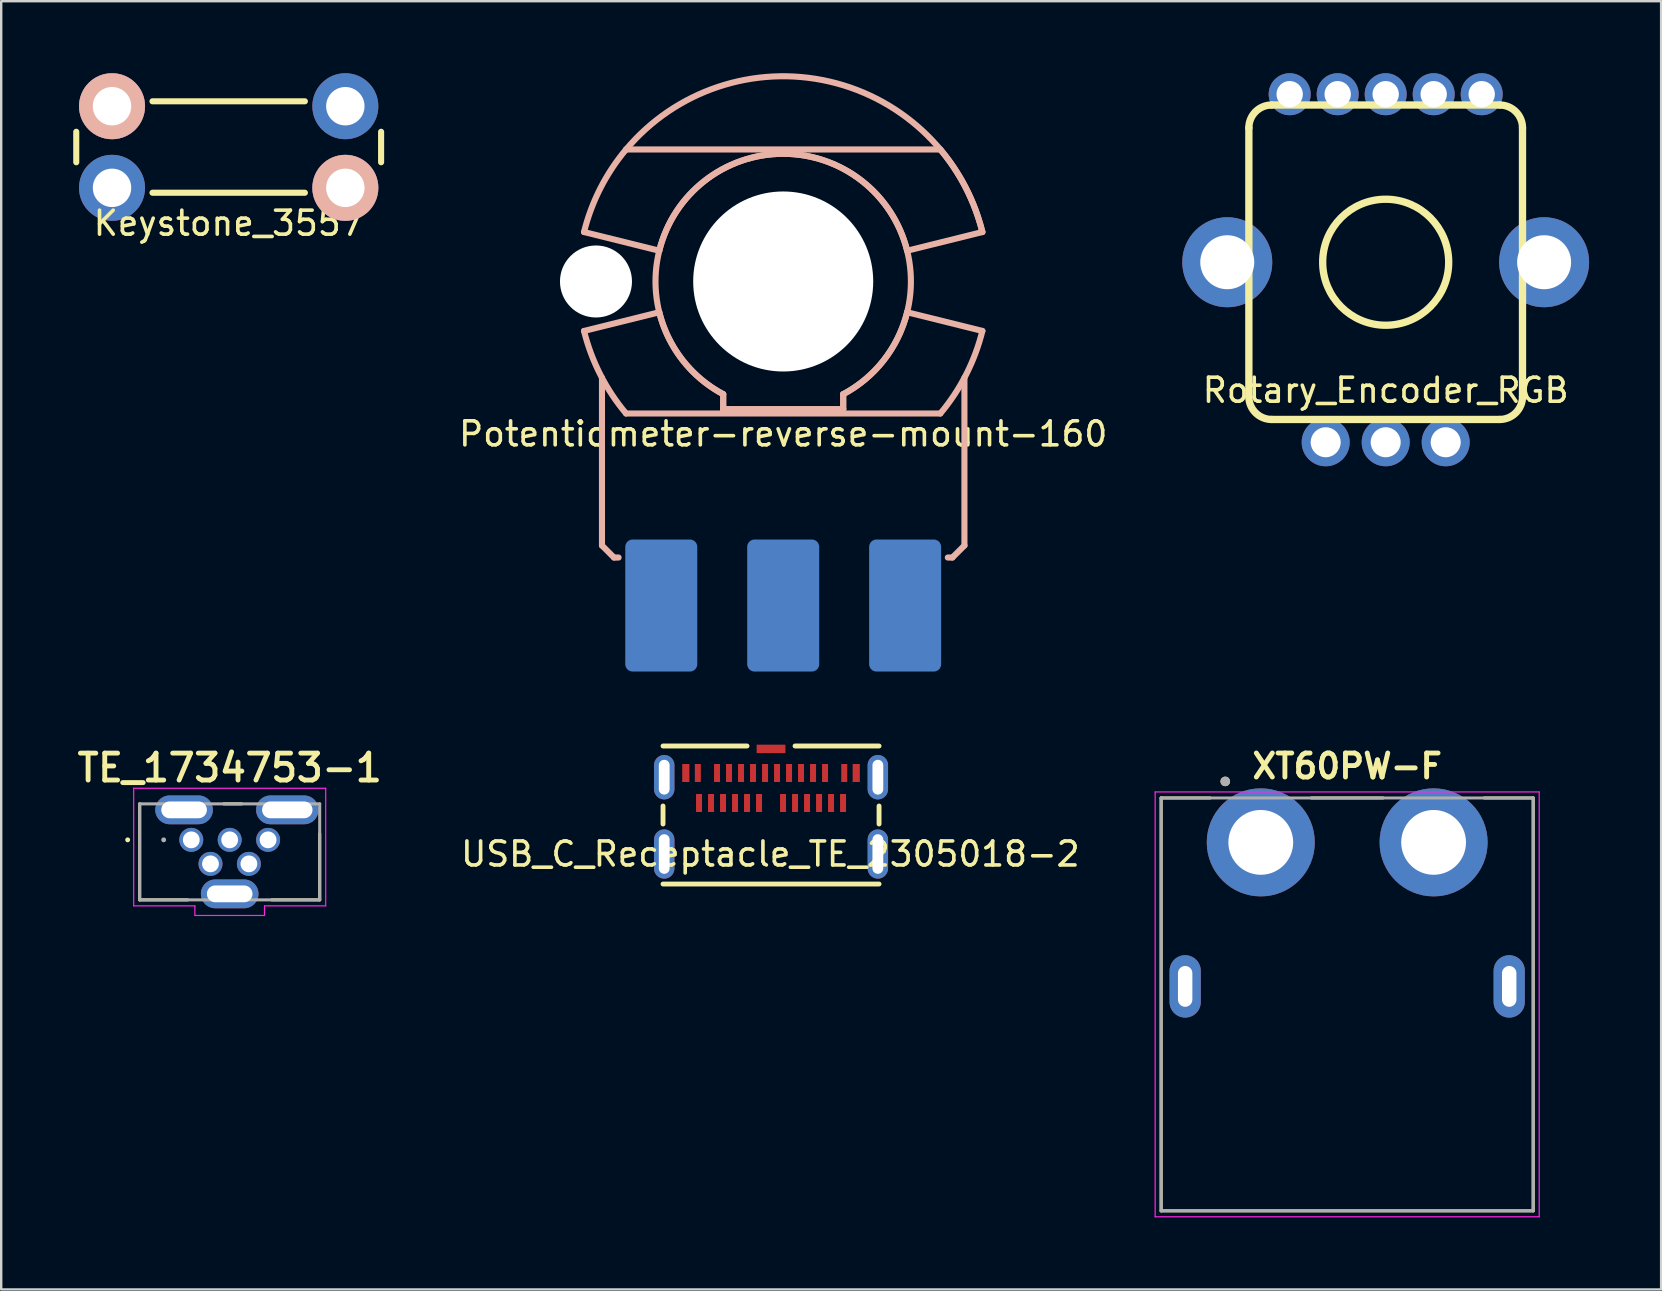
<source format=kicad_pcb>
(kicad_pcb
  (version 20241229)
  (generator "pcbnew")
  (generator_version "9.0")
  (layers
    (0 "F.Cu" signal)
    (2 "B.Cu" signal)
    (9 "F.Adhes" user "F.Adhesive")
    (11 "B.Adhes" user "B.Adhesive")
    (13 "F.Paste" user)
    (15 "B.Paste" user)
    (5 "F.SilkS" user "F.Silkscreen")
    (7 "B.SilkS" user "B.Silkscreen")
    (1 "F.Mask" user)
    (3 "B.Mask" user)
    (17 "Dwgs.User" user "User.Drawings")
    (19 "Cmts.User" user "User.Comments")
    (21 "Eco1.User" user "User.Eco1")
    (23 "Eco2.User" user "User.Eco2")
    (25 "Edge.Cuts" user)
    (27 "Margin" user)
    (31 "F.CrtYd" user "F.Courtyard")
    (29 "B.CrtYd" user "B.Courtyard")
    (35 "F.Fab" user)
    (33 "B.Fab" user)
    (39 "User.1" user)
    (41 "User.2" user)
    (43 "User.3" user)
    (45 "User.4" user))
  (footprint "USB_C_Receptacle_TE_2305018-2"
    (layer "F.Cu")
    (at 29.072 32.529)
    (property "Reference" "USB_C_Receptacle_TE_2305018-2" (at -0.028 0 0) (layer "F.SilkS") (effects (font (size 1 1) (thickness 0.15))))
    (attr through_hole)
    (fp_line (start -4.5 -4.5) (end -1 -4.5) (stroke (width 0.203) (type solid)) (layer "F.SilkS"))
    (fp_line (start -4.5 -1.25) (end -4.5 -2) (stroke (width 0.203) (type solid)) (layer "F.SilkS"))
    (fp_line (start 1 -4.5) (end 4.5 -4.5) (stroke (width 0.203) (type solid)) (layer "F.SilkS"))
    (fp_line (start 4.5 -1.25) (end 4.5 -2) (stroke (width 0.203) (type solid)) (layer "F.SilkS"))
    (fp_line (start 4.5 1.25) (end -4.5 1.25) (stroke (width 0.203) (type solid)) (layer "F.SilkS"))
    (pad "A1" smd rect (at -3.05 -3.375) (size 0.25 0.75) (layers "F.Cu" "F.Mask" "F.Paste"))
    (pad "A2" smd rect (at -2.25 -3.375) (size 0.25 0.75) (layers "F.Cu" "F.Mask" "F.Paste"))
    (pad "A3" smd rect (at -1.75 -3.375) (size 0.25 0.75) (layers "F.Cu" "F.Mask" "F.Paste"))
    (pad "A4" smd rect (at -1.25 -3.375) (size 0.25 0.75) (layers "F.Cu" "F.Mask" "F.Paste"))
    (pad "A5" smd rect (at -0.75 -3.375) (size 0.25 0.75) (layers "F.Cu" "F.Mask" "F.Paste"))
    (pad "A6" smd rect (at -0.25 -3.375) (size 0.25 0.75) (layers "F.Cu" "F.Mask" "F.Paste"))
    (pad "A7" smd rect (at 0.25 -3.375) (size 0.25 0.75) (layers "F.Cu" "F.Mask" "F.Paste"))
    (pad "A8" smd rect (at 0.75 -3.375) (size 0.25 0.75) (layers "F.Cu" "F.Mask" "F.Paste"))
    (pad "A9" smd rect (at 1.25 -3.375) (size 0.25 0.75) (layers "F.Cu" "F.Mask" "F.Paste"))
    (pad "A10" smd rect (at 1.75 -3.375) (size 0.25 0.75) (layers "F.Cu" "F.Mask" "F.Paste"))
    (pad "A11" smd rect (at 2.25 -3.375) (size 0.25 0.75) (layers "F.Cu" "F.Mask" "F.Paste"))
    (pad "A12" smd rect (at 3.05 -3.375) (size 0.25 0.75) (layers "F.Cu" "F.Mask" "F.Paste"))
    (pad "B1" smd rect (at 3 -2.125) (size 0.25 0.75) (layers "F.Cu" "F.Mask" "F.Paste"))
    (pad "B2" smd rect (at 2.5 -2.125) (size 0.25 0.75) (layers "F.Cu" "F.Mask" "F.Paste"))
    (pad "B3" smd rect (at 2 -2.125) (size 0.25 0.75) (layers "F.Cu" "F.Mask" "F.Paste"))
    (pad "B4" smd rect (at 1.5 -2.125) (size 0.25 0.75) (layers "F.Cu" "F.Mask" "F.Paste"))
    (pad "B5" smd rect (at 1 -2.125) (size 0.25 0.75) (layers "F.Cu" "F.Mask" "F.Paste"))
    (pad "B6" smd rect (at 0.5 -2.125) (size 0.25 0.75) (layers "F.Cu" "F.Mask" "F.Paste"))
    (pad "B7" smd rect (at -0.5 -2.125) (size 0.25 0.75) (layers "F.Cu" "F.Mask" "F.Paste"))
    (pad "B8" smd rect (at -1 -2.125) (size 0.25 0.75) (layers "F.Cu" "F.Mask" "F.Paste"))
    (pad "B9" smd rect (at -1.5 -2.125) (size 0.25 0.75) (layers "F.Cu" "F.Mask" "F.Paste"))
    (pad "B10" smd rect (at -2 -2.125) (size 0.25 0.75) (layers "F.Cu" "F.Mask" "F.Paste"))
    (pad "B11" smd rect (at -2.5 -2.125) (size 0.25 0.75) (layers "F.Cu" "F.Mask" "F.Paste"))
    (pad "B12" smd rect (at -3 -2.125) (size 0.25 0.75) (layers "F.Cu" "F.Mask" "F.Paste"))
    (pad "S1" thru_hole oval (at -4.45 -3.2) (size 0.85 1.85) (drill oval 0.45 1.45) (layers "*.Cu" "*.Mask"))
    (pad "S1" thru_hole oval (at -4.45 0) (size 0.85 2.05) (drill oval 0.45 1.65) (layers "*.Cu" "*.Mask"))
    (pad "S1" smd rect (at -3.55 -3.375) (size 0.3 0.75) (layers "F.Cu" "F.Mask" "F.Paste"))
    (pad "S1" smd rect (at 0 -4.38) (size 1.2 0.35) (layers "F.Cu" "F.Mask" "F.Paste"))
    (pad "S1" smd rect (at 3.55 -3.375) (size 0.3 0.75) (layers "F.Cu" "F.Mask" "F.Paste"))
    (pad "S1" thru_hole oval (at 4.45 -3.2) (size 0.85 1.85) (drill oval 0.45 1.45) (layers "*.Cu" "*.Mask"))
    (pad "S1" thru_hole oval (at 4.45 0) (size 0.85 2.05) (drill oval 0.45 1.65) (layers "*.Cu" "*.Mask")))
  (footprint "Rotary_Encoder_RGB"
    (layer "F.Cu")
    (at 54.679 7.875)
    (property "Reference" "Rotary_Encoder_RGB" (at 0 5.334 0) (layer "F.SilkS") (effects (font (size 1 1) (thickness 0.15))))
    (attr through_hole)
    (fp_line (start -5.7 -5.6) (end -5.7 5.6) (stroke (width 0.305) (type solid)) (layer "F.SilkS"))
    (fp_line (start -4.75 6.55) (end 4.75 6.55) (stroke (width 0.305) (type solid)) (layer "F.SilkS"))
    (fp_line (start 4.75 -6.55) (end -4.75 -6.55) (stroke (width 0.305) (type solid)) (layer "F.SilkS"))
    (fp_line (start 5.7 5.6) (end 5.7 -5.6) (stroke (width 0.305) (type solid)) (layer "F.SilkS"))
    (fp_arc (start -5.7 -5.6) (mid -5.421751 -6.271751) (end -4.75 -6.55) (stroke (width 0.304799) (type solid)) (layer "F.SilkS"))
    (fp_arc (start -4.750001 6.55) (mid -5.421752 6.271751) (end -5.7 5.599999) (stroke (width 0.304799) (type solid)) (layer "F.SilkS"))
    (fp_arc (start 4.749999 -6.549999) (mid 5.42175 -6.27175) (end 5.699999 -5.599999) (stroke (width 0.304799) (type solid)) (layer "F.SilkS"))
    (fp_arc (start 5.7 5.600001) (mid 5.421751 6.271752) (end 4.749999 6.55) (stroke (width 0.304799) (type solid)) (layer "F.SilkS"))
    (fp_circle (center 0 0) (end 2.625 0) (stroke (width 0.305) (type solid)) (fill no) (layer "F.SilkS"))
    (pad "1" thru_hole circle (at -4 -7) (size 1.75 1.75) (drill 1.1) (layers "*.Cu" "*.Mask"))
    (pad "2" thru_hole circle (at -2 -7) (size 1.75 1.75) (drill 1.1) (layers "*.Cu" "*.Mask"))
    (pad "3" thru_hole circle (at 0 -7) (size 1.75 1.75) (drill 1.1) (layers "*.Cu" "*.Mask"))
    (pad "4" thru_hole circle (at 2 -7) (size 1.75 1.75) (drill 1.1) (layers "*.Cu" "*.Mask"))
    (pad "5" thru_hole circle (at 4 -7) (size 1.75 1.75) (drill 1.1) (layers "*.Cu" "*.Mask"))
    (pad "A" thru_hole circle (at -2.5 7.5) (size 2 2) (drill 1.25) (layers "*.Cu" "*.Mask"))
    (pad "B" thru_hole circle (at 2.5 7.5) (size 2 2) (drill 1.25) (layers "*.Cu" "*.Mask"))
    (pad "C" thru_hole circle (at 0 7.5) (size 2 2) (drill 1.25) (layers "*.Cu" "*.Mask"))
    (pad "M" thru_hole circle (at -6.6 0) (size 3.75 3.75) (drill 2.25) (layers "*.Cu" "*.Mask"))
    (pad "M" thru_hole circle (at 6.6 0) (size 3.75 3.75) (drill 2.25) (layers "*.Cu" "*.Mask")))
  (footprint "TE_1734753-1"
    (layer "F.Cu")
    (at 6.519 32.439)
    (property "Reference" "TE_1734753-1" (at 0 -3.5 0) (layer "F.SilkS") (effects (font (size 1.121 1.121) (thickness 0.203))))
    (attr through_hole)
    (fp_line (start -3.75 2) (end -3.75 -2) (stroke (width 0.127) (type solid)) (layer "F.SilkS"))
    (fp_line (start -1.75 2) (end -3.75 2) (stroke (width 0.127) (type solid)) (layer "F.SilkS"))
    (fp_line (start 0.5 -2) (end -0.25 -2) (stroke (width 0.127) (type solid)) (layer "F.SilkS"))
    (fp_line (start 3.75 2) (end 1.75 2) (stroke (width 0.127) (type solid)) (layer "F.SilkS"))
    (fp_line (start 3.75 2) (end 3.75 -0.75) (stroke (width 0.127) (type solid)) (layer "F.SilkS"))
    (fp_circle (center -4.25 -0.5) (end -4.199 -0.5) (stroke (width 0.102) (type solid)) (fill no) (layer "F.SilkS"))
    (fp_line (start -4 -2.65) (end -4 2.25) (stroke (width 0.05) (type solid)) (layer "F.CrtYd"))
    (fp_line (start -4 2.25) (end -1.45 2.25) (stroke (width 0.05) (type solid)) (layer "F.CrtYd"))
    (fp_line (start -1.45 2.25) (end -1.45 2.65) (stroke (width 0.05) (type solid)) (layer "F.CrtYd"))
    (fp_line (start -1.45 2.65) (end 1.45 2.65) (stroke (width 0.05) (type solid)) (layer "F.CrtYd"))
    (fp_line (start 1.45 2.25) (end 4 2.25) (stroke (width 0.05) (type solid)) (layer "F.CrtYd"))
    (fp_line (start 1.45 2.65) (end 1.45 2.25) (stroke (width 0.05) (type solid)) (layer "F.CrtYd"))
    (fp_line (start 4 -2.65) (end -4 -2.65) (stroke (width 0.05) (type solid)) (layer "F.CrtYd"))
    (fp_line (start 4 2.25) (end 4 -2.65) (stroke (width 0.05) (type solid)) (layer "F.CrtYd"))
    (fp_line (start -3.75 -2) (end 3.75 -2) (stroke (width 0.127) (type solid)) (layer "F.Fab"))
    (fp_line (start -3.75 2) (end -3.75 -2) (stroke (width 0.127) (type solid)) (layer "F.Fab"))
    (fp_line (start 3.75 -2) (end 3.75 2) (stroke (width 0.127) (type solid)) (layer "F.Fab"))
    (fp_line (start 3.75 2) (end -3.75 2) (stroke (width 0.127) (type solid)) (layer "F.Fab"))
    (fp_circle (center -2.75 -0.5) (end -2.699 -0.5) (stroke (width 0.102) (type solid)) (fill no) (layer "F.Fab"))
    (pad "1" thru_hole circle (at -1.6 -0.5) (size 1 1) (drill 0.7) (layers "*.Cu" "*.Mask"))
    (pad "2" thru_hole circle (at -0.8 0.5) (size 1 1) (drill 0.7) (layers "*.Cu" "*.Mask"))
    (pad "3" thru_hole circle (at 0 -0.5) (size 1 1) (drill 0.7) (layers "*.Cu" "*.Mask"))
    (pad "4" thru_hole circle (at 0.8 0.5) (size 1 1) (drill 0.7) (layers "*.Cu" "*.Mask"))
    (pad "5" thru_hole circle (at 1.6 -0.5) (size 1 1) (drill 0.7) (layers "*.Cu" "*.Mask"))
    (pad "6" thru_hole oval (at -1.9 -1.75) (size 2.4 1.2) (drill oval 1.9 0.7) (layers "*.Cu" "*.Mask"))
    (pad "6" thru_hole oval (at 0 1.75) (size 2.4 1.2) (drill oval 1.9 0.7) (layers "*.Cu" "*.Mask"))
    (pad "6" thru_hole oval (at 2.4 -1.75) (size 2.6 1.2) (drill oval 2.1 0.7) (layers "*.Cu" "*.Mask")))
  (footprint "XT60PW-F"
    (layer "F.Cu")
    (at 53.075 32.044)
    (property "Reference" "XT60PW-F" (at 0 -3.175 0) (layer "F.SilkS") (effects (font (size 1 1) (thickness 0.203))))
    (attr through_hole)
    (fp_line (start -7.75 -1.85) (end -5.71 -1.85) (stroke (width 0.127) (type solid)) (layer "F.SilkS"))
    (fp_line (start -7.75 15.35) (end -7.75 -1.85) (stroke (width 0.127) (type solid)) (layer "F.SilkS"))
    (fp_line (start -1.49 -1.85) (end 1.49 -1.85) (stroke (width 0.127) (type solid)) (layer "F.SilkS"))
    (fp_line (start 5.71 -1.85) (end 7.75 -1.85) (stroke (width 0.127) (type solid)) (layer "F.SilkS"))
    (fp_line (start 7.75 -1.85) (end 7.75 15.35) (stroke (width 0.127) (type solid)) (layer "F.SilkS"))
    (fp_line (start 7.75 15.35) (end -7.75 15.35) (stroke (width 0.127) (type solid)) (layer "F.SilkS"))
    (fp_circle (center -5.08 -2.54) (end -4.98 -2.54) (stroke (width 0.2) (type solid)) (fill no) (layer "F.SilkS"))
    (fp_line (start -8 -2.1) (end 8 -2.1) (stroke (width 0.05) (type solid)) (layer "F.CrtYd"))
    (fp_line (start -8 15.6) (end -8 -2.1) (stroke (width 0.05) (type solid)) (layer "F.CrtYd"))
    (fp_line (start 8 -2.1) (end 8 15.6) (stroke (width 0.05) (type solid)) (layer "F.CrtYd"))
    (fp_line (start 8 15.6) (end -8 15.6) (stroke (width 0.05) (type solid)) (layer "F.CrtYd"))
    (fp_line (start -7.75 -1.85) (end 7.75 -1.85) (stroke (width 0.127) (type solid)) (layer "F.Fab"))
    (fp_line (start -7.75 15.35) (end -7.75 -1.85) (stroke (width 0.127) (type solid)) (layer "F.Fab"))
    (fp_line (start 7.75 -1.85) (end 7.75 15.35) (stroke (width 0.127) (type solid)) (layer "F.Fab"))
    (fp_line (start 7.75 15.35) (end -7.75 15.35) (stroke (width 0.127) (type solid)) (layer "F.Fab"))
    (fp_circle (center -5.08 -2.54) (end -4.98 -2.54) (stroke (width 0.2) (type solid)) (fill no) (layer "F.Fab"))
    (pad "+" thru_hole circle (at 3.6 0) (size 4.5 4.5) (drill 2.7) (layers "*.Cu" "*.Mask"))
    (pad "-" thru_hole circle (at -3.6 0) (size 4.5 4.5) (drill 2.7) (layers "*.Cu" "*.Mask"))
    (pad "S1" thru_hole oval (at -6.75 6) (size 1.3 2.6) (drill oval 0.6 1.7) (layers "*.Cu" "*.Mask"))
    (pad "S2" thru_hole oval (at 6.75 6) (size 1.3 2.6) (drill oval 0.6 1.7) (layers "*.Cu" "*.Mask")))
  (footprint "Keystone_3557"
    (layer "F.Cu")
    (at 6.477 3.075)
    (property "Reference" "Keystone_3557" (at 0 3.175 0) (layer "F.SilkS") (effects (font (size 1 1) (thickness 0.15))))
    (attr through_hole)
    (fp_line (start -6.35 -0.635) (end -6.35 0.635) (stroke (width 0.254) (type solid)) (layer "F.SilkS"))
    (fp_line (start -3.175 -1.905) (end 3.175 -1.905) (stroke (width 0.254) (type solid)) (layer "F.SilkS"))
    (fp_line (start 3.175 1.905) (end -3.175 1.905) (stroke (width 0.254) (type solid)) (layer "F.SilkS"))
    (fp_line (start 6.35 -0.635) (end 6.35 0.635) (stroke (width 0.254) (type solid)) (layer "F.SilkS"))
    (pad "1" thru_hole circle (at -4.86 -1.7) (size 2.75 2.75) (drill 1.6) (layers "*.Cu" "*.Mask" "B.SilkS"))
    (pad "1" thru_hole circle (at -4.86 1.7) (size 2.75 2.75) (drill 1.6) (layers "*.Cu" "*.Mask"))
    (pad "2" thru_hole circle (at 4.86 -1.7 180) (size 2.75 2.75) (drill 1.6) (layers "*.Cu" "*.Mask"))
    (pad "2" thru_hole circle (at 4.86 1.7 180) (size 2.75 2.75) (drill 1.6) (layers "*.Cu" "*.Mask" "B.SilkS")))
  (footprint "Potentiometer-reverse-mount-160"
    (layer "F.Cu")
    (at 29.579 8.677)
    (property "Reference" "Potentiometer-reverse-mount-160" (at 0 6.35 0) (layer "F.SilkS") (effects (font (size 1 1) (thickness 0.15))))
    (attr through_hole)
    (fp_line (start -8.298 -2.06) (end -5.163 -1.282) (stroke (width 0.254) (type solid)) (layer "B.SilkS"))
    (fp_line (start -7.55 4.012) (end -7.55 11) (stroke (width 0.254) (type solid)) (layer "B.SilkS"))
    (fp_line (start -7.55 11) (end -7.05 11.5) (stroke (width 0.254) (type solid)) (layer "B.SilkS"))
    (fp_line (start -7.05 11.5) (end -6.858 11.5) (stroke (width 0.254) (type solid)) (layer "B.SilkS"))
    (fp_line (start -6.546 5.5) (end 6.546 5.5) (stroke (width 0.254) (type solid)) (layer "B.SilkS"))
    (fp_line (start -5.163 1.282) (end -8.298 2.06) (stroke (width 0.254) (type solid)) (layer "B.SilkS"))
    (fp_line (start -2.5 5.32) (end -2.5 4.696) (stroke (width 0.254) (type solid)) (layer "B.SilkS"))
    (fp_line (start -2.5 5.32) (end 2.5 5.32) (stroke (width 0.254) (type solid)) (layer "B.SilkS"))
    (fp_line (start -2.5 4.696) (end -2.5 5.32) (stroke (width 0.254) (type solid)) (layer "B.SilkS"))
    (fp_line (start 2.5 4.696) (end 2.5 5.32) (stroke (width 0.254) (type solid)) (layer "B.SilkS"))
    (fp_line (start 2.5 5.32) (end -2.5 5.32) (stroke (width 0.254) (type solid)) (layer "B.SilkS"))
    (fp_line (start 2.5 5.32) (end 2.5 4.696) (stroke (width 0.254) (type solid)) (layer "B.SilkS"))
    (fp_line (start 5.163 -1.282) (end 8.298 -2.06) (stroke (width 0.254) (type solid)) (layer "B.SilkS"))
    (fp_line (start 6.546 -5.5) (end -6.546 -5.5) (stroke (width 0.254) (type solid)) (layer "B.SilkS"))
    (fp_line (start 6.858 11.5) (end 7.05 11.5) (stroke (width 0.254) (type solid)) (layer "B.SilkS"))
    (fp_line (start 7.05 11.5) (end 7.55 11) (stroke (width 0.254) (type solid)) (layer "B.SilkS"))
    (fp_line (start 7.55 11) (end 7.55 4.012) (stroke (width 0.254) (type solid)) (layer "B.SilkS"))
    (fp_line (start 8.298 2.06) (end 5.163 1.282) (stroke (width 0.254) (type solid)) (layer "B.SilkS"))
    (fp_arc (start -8.298126 -2.059999) (mid -7.618843 -3.88017) (end -6.546182 -5.499999) (stroke (width 0.254) (type solid)) (layer "B.SilkS"))
    (fp_arc (start -6.546182 -5.499999) (mid 1.930214 -8.329271) (end 8.298126 -2.06) (stroke (width 0.254) (type solid)) (layer "B.SilkS"))
    (fp_arc (start -6.546182 5.5) (mid -7.618843 3.880171) (end -8.298126 2.06) (stroke (width 0.254) (type solid)) (layer "B.SilkS"))
    (fp_arc (start -5.163278 -1.281777) (mid 0 -5.319999) (end 5.163278 -1.281778) (stroke (width 0.254) (type solid)) (layer "B.SilkS"))
    (fp_arc (start -2.5 4.695998) (mid -4.194721 3.272112) (end -5.163278 1.281778) (stroke (width 0.254) (type solid)) (layer "B.SilkS"))
    (fp_arc (start -2.499999 4.695998) (mid -0.000001 -5.319999) (end 2.5 4.695997) (stroke (width 0.254) (type solid)) (layer "B.SilkS"))
    (fp_arc (start 5.163278 1.281777) (mid 4.194721 3.272111) (end 2.5 4.695997) (stroke (width 0.254) (type solid)) (layer "B.SilkS"))
    (fp_arc (start 6.546182 -5.5) (mid 7.618843 -3.880171) (end 8.298126 -2.06) (stroke (width 0.254) (type solid)) (layer "B.SilkS"))
    (fp_arc (start 8.298126 2.06) (mid 7.618843 3.880171) (end 6.546182 5.5) (stroke (width 0.254) (type solid)) (layer "B.SilkS"))
    (fp_circle (center 0 0) (end -3.5 0) (stroke (width 0.254) (type solid)) (fill no) (layer "B.SilkS"))
    (pad "" np_thru_hole circle (at -7.8 0) (size 3 3) (drill 3) (layers "*.Cu" "*.Mask"))
    (pad "" np_thru_hole circle (at 0 0) (size 7.5 7.5) (drill 7.5) (layers "*.Cu" "*.Mask"))
    (pad "1" smd roundrect (at -5.08 13.5) (size 3 5.5) (layers "B.Cu" "B.Mask") (roundrect_rratio 0.1))
    (pad "2" smd roundrect (at 0 13.5) (size 3 5.5) (layers "B.Cu" "B.Mask") (roundrect_rratio 0.1))
    (pad "3" smd roundrect (at 5.08 13.5) (size 3 5.5) (layers "B.Cu" "B.Mask") (roundrect_rratio 0.1)))
  (gr_rect
    (start -3 -3)
    (end 66.154 50.669)
    (stroke (width 0.1) (type default))
    (fill no)
    (layer "Edge.Cuts")))
</source>
